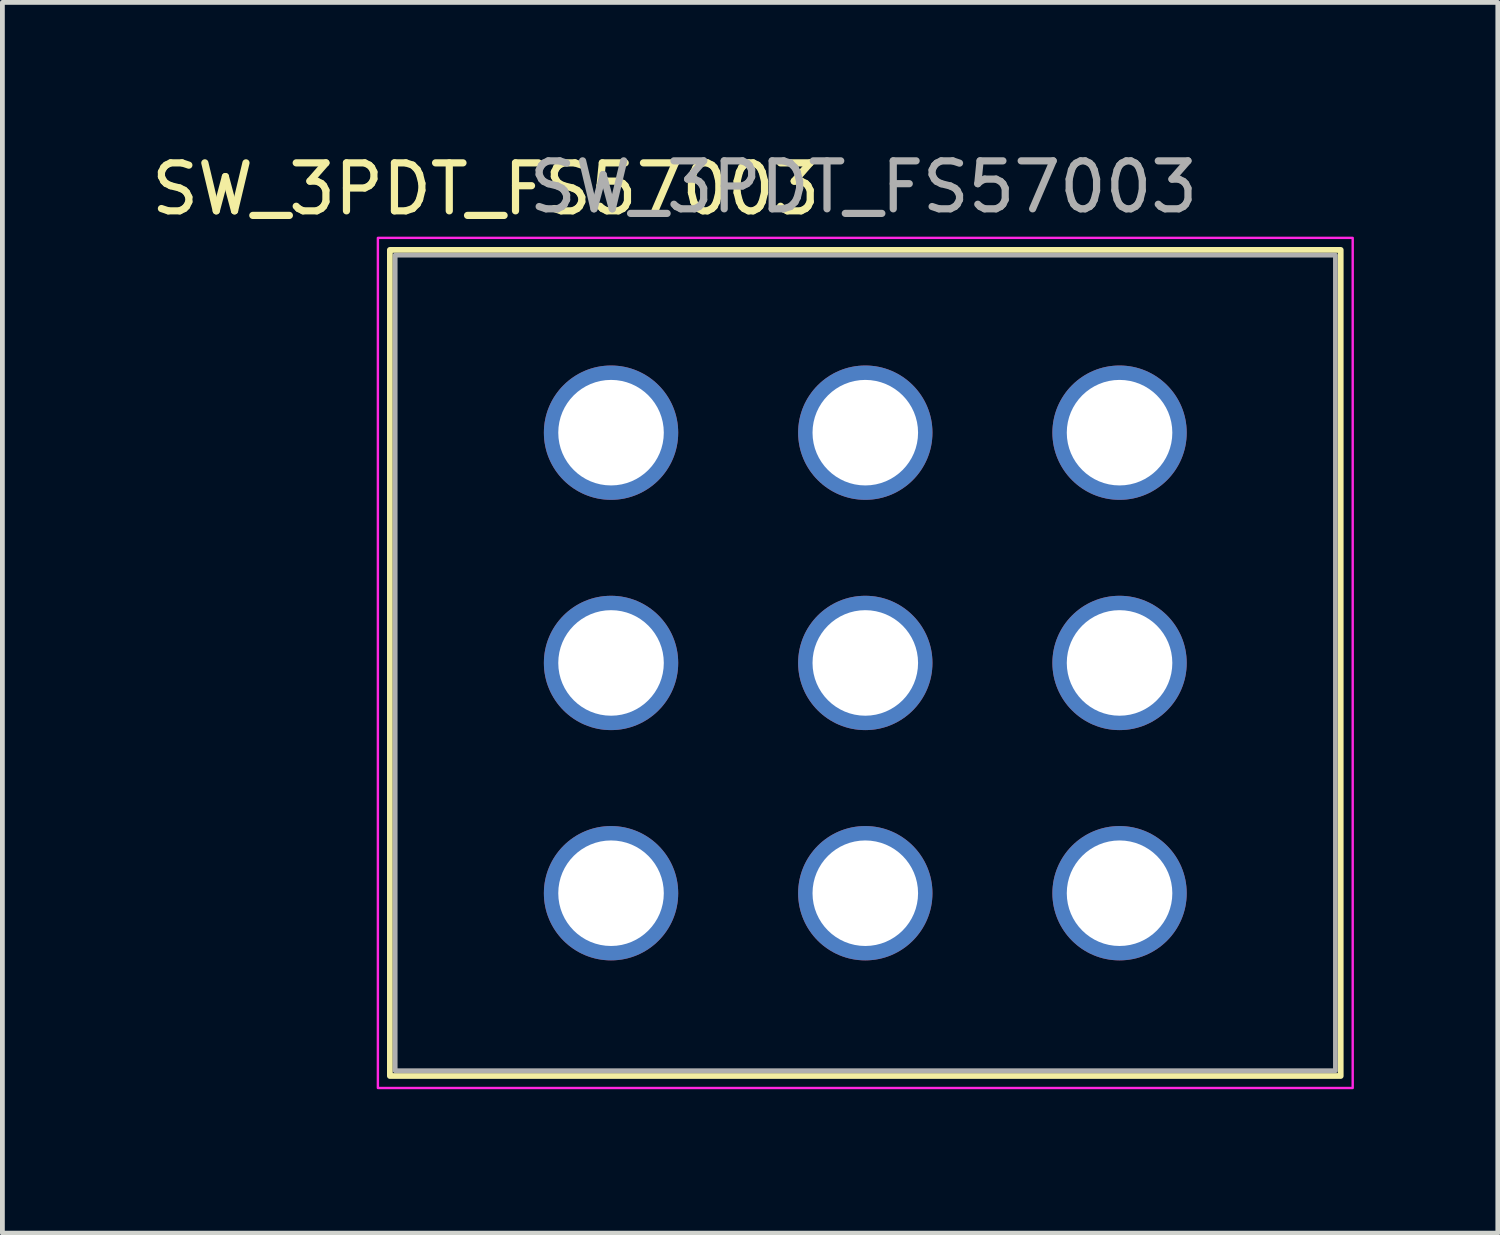
<source format=kicad_pcb>
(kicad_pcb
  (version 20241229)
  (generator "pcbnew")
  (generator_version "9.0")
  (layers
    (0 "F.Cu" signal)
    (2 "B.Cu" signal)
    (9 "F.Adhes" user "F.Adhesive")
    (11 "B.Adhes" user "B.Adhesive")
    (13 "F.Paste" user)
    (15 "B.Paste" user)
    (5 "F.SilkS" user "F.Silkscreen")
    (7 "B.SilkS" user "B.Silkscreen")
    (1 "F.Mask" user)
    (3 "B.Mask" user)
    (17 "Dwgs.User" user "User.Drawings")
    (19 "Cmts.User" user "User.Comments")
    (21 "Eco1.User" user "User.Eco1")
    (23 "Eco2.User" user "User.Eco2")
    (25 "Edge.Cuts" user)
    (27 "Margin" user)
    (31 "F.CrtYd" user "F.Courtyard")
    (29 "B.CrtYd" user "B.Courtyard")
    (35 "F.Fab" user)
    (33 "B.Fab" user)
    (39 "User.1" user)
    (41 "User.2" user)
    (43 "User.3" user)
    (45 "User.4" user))
  (footprint "SW_3PDT_FS57003"
    (layer "F.Cu")
    (at 9.687 5.969)
    (property "Reference" "SW_3PDT_FS57003" (at -2.61 -5.079 0) (unlocked yes) (layer "F.SilkS") (effects (font (size 1 1) (thickness 0.15))))
    (attr through_hole)
    (fp_rect (start -4.61 -3.81) (end 15.21 13.41) (stroke (width 0.12) (type solid)) (fill no) (layer "F.SilkS"))
    (fp_rect (start -4.86 -4.06) (end 15.46 13.66) (stroke (width 0.05) (type solid)) (fill no) (layer "F.CrtYd"))
    (fp_rect (start -4.5 -3.7) (end 15.1 13.3) (stroke (width 0.1) (type solid)) (fill no) (layer "F.Fab"))
    (fp_text user "${REFERENCE}" (at 5.264 -5.121 0) (unlocked yes) (layer "F.Fab") (effects (font (size 1 1) (thickness 0.15))))
    (pad "1" thru_hole circle (at 0 0) (size 2.8 2.8) (drill 2.2) (layers "*.Cu" "*.Mask"))
    (pad "2" thru_hole circle (at 0 4.8) (size 2.8 2.8) (drill 2.2) (layers "*.Cu" "*.Mask"))
    (pad "3" thru_hole circle (at 0 9.6) (size 2.8 2.8) (drill 2.2) (layers "*.Cu" "*.Mask"))
    (pad "4" thru_hole circle (at 5.3 0) (size 2.8 2.8) (drill 2.2) (layers "*.Cu" "*.Mask"))
    (pad "5" thru_hole circle (at 5.3 4.8) (size 2.8 2.8) (drill 2.2) (layers "*.Cu" "*.Mask"))
    (pad "6" thru_hole circle (at 5.3 9.6) (size 2.8 2.8) (drill 2.2) (layers "*.Cu" "*.Mask"))
    (pad "7" thru_hole circle (at 10.6 0) (size 2.8 2.8) (drill 2.2) (layers "*.Cu" "*.Mask"))
    (pad "8" thru_hole circle (at 10.6 4.8) (size 2.8 2.8) (drill 2.2) (layers "*.Cu" "*.Mask"))
    (pad "9" thru_hole circle (at 10.6 9.6) (size 2.8 2.8) (drill 2.2) (layers "*.Cu" "*.Mask")))
  (gr_rect
    (start -3 -3)
    (end 28.172 22.654)
    (stroke (width 0.1) (type default))
    (fill no)
    (layer "Edge.Cuts")))
</source>
